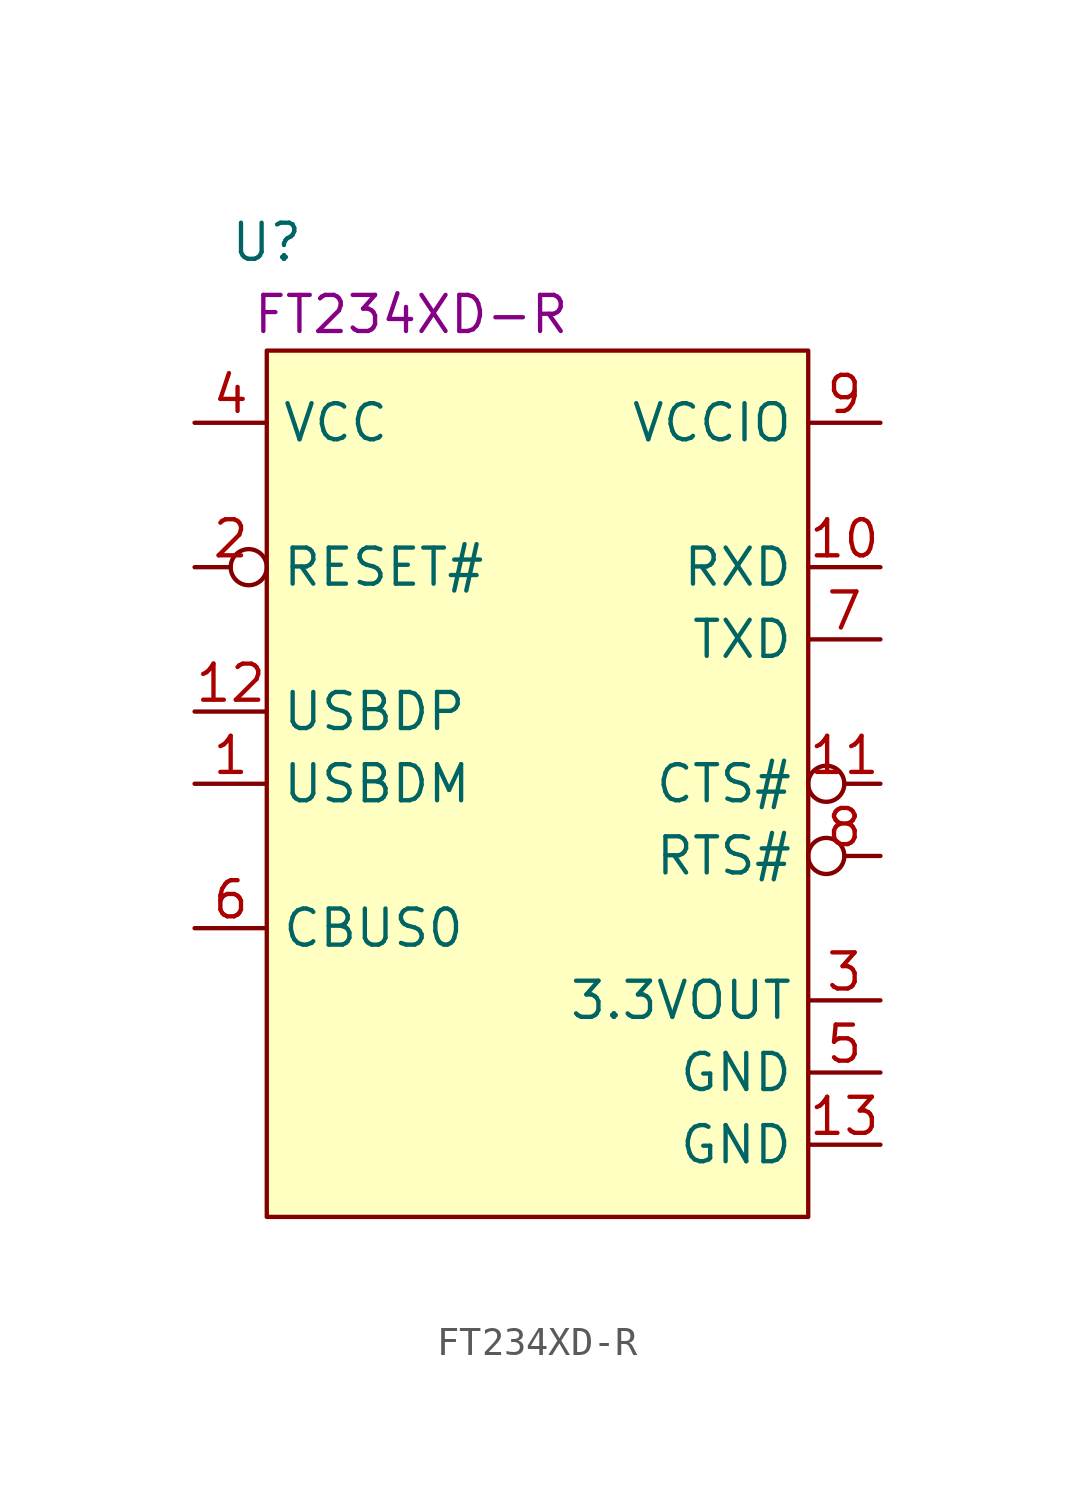
<source format=kicad_sym>
(kicad_symbol_lib
  (version 20211014)
  (generator kicad_symbol_editor)
  (symbol "FT234XD-R"
    (property "Reference" "U"
      (at 2.54 6.35 0)
      (effects (font (size 1.27 1.27))))
    (property "P/N" "FT234XD-R"
      (at 7.62 3.81 0)
      (effects (font (size 1.27 1.27))))
    (symbol "FT234XD-R_0_0"
      (pin passive line (at 0 -12.7 0) (length 2.54) (name "USBDM" (effects (font (size 1.27 1.27)))) (number "1" (effects (font (size 1.27 1.27)))))
      (pin input line (at 24.13 -5.08 180) (length 2.54) (name "RXD" (effects (font (size 1.27 1.27)))) (number "10" (effects (font (size 1.27 1.27)))))
      (pin input inverted (at 24.13 -12.7 180) (length 2.54) (name "CTS#" (effects (font (size 1.27 1.27)))) (number "11" (effects (font (size 1.27 1.27)))))
      (pin passive line (at 0 -10.16 0) (length 2.54) (name "USBDP" (effects (font (size 1.27 1.27)))) (number "12" (effects (font (size 1.27 1.27)))))
      (pin power_in line (at 24.13 -25.4 180) (length 2.54) (name "GND" (effects (font (size 1.27 1.27)))) (number "13" (effects (font (size 1.27 1.27)))))
      (pin passive inverted (at 0 -5.08 0) (length 2.54) (name "RESET#" (effects (font (size 1.27 1.27)))) (number "2" (effects (font (size 1.27 1.27)))))
      (pin passive line (at 24.13 -20.32 180) (length 2.54) (name "3.3VOUT" (effects (font (size 1.27 1.27)))) (number "3" (effects (font (size 1.27 1.27)))))
      (pin power_in line (at 0 0 0) (length 2.54) (name "VCC" (effects (font (size 1.27 1.27)))) (number "4" (effects (font (size 1.27 1.27)))))
      (pin power_in line (at 24.13 -22.86 180) (length 2.54) (name "GND" (effects (font (size 1.27 1.27)))) (number "5" (effects (font (size 1.27 1.27)))))
      (pin passive line (at 0 -17.78 0) (length 2.54) (name "CBUS0" (effects (font (size 1.27 1.27)))) (number "6" (effects (font (size 1.27 1.27)))))
      (pin output line (at 24.13 -7.62 180) (length 2.54) (name "TXD" (effects (font (size 1.27 1.27)))) (number "7" (effects (font (size 1.27 1.27)))))
      (pin output inverted (at 24.13 -15.24 180) (length 2.54) (name "RTS#" (effects (font (size 1.27 1.27)))) (number "8" (effects (font (size 1.27 1.27)))))
      (pin power_in line (at 24.13 0 180) (length 2.54) (name "VCCIO" (effects (font (size 1.27 1.27)))) (number "9" (effects (font (size 1.27 1.27))))))
    (symbol "FT234XD-R_0_1"
      (rectangle (start 2.54 2.54) (end 21.59 -27.94) (stroke (width 0) (type default) (color 0 0 0 0)) (fill (type background))))))
</source>
